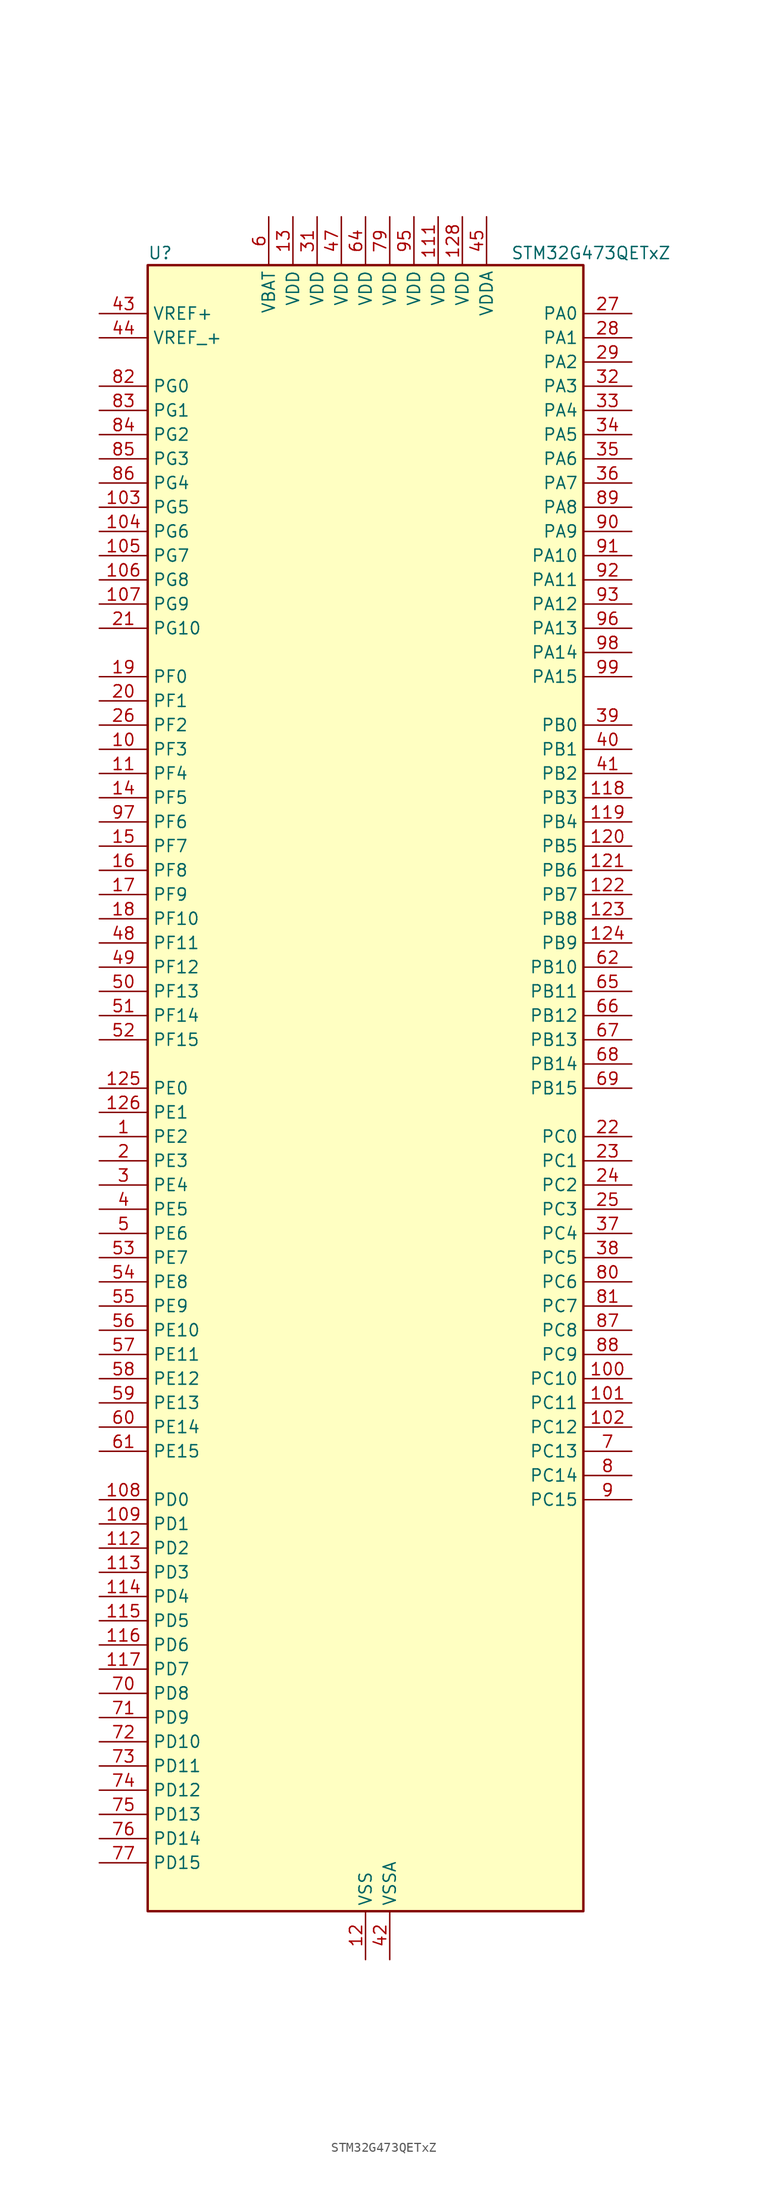
<source format=kicad_sym>
(kicad_symbol_lib
  (version 20241209)
  (generator "kicad_symbol_editor")
  (generator_version "9.0")
  (symbol "STM32G473QETxZ"
    (property "Reference" "U"
      (at -22.86 87.63 0)
      (effects (font (size 1.27 1.27)) (justify left)))
    (property "Value" "STM32G473QETxZ"
      (at 15.24 87.63 0)
      (effects (font (size 1.27 1.27)) (justify left)))
    (symbol "STM32G473QETxZ_0_1"
      (rectangle (start -22.86 -86.36) (end 22.86 86.36) (stroke (width 0.254) (type default)) (fill (type background))))
    (symbol "STM32G473QETxZ_1_1"
      (pin input line (at -27.94 81.28 0) (length 5.08) (name "VREF+" (effects (font (size 1.27 1.27)))) (number "43" (effects (font (size 1.27 1.27)))) (alternate "VREFBUF_OUT1" bidirectional line))
      (pin input line (at -27.94 78.74 0) (length 5.08) (name "VREF_+" (effects (font (size 1.27 1.27)))) (number "44" (effects (font (size 1.27 1.27)))) (alternate "VREFBUF_OUT2" bidirectional line))
      (pin bidirectional line (at -27.94 73.66 0) (length 5.08) (name "PG0" (effects (font (size 1.27 1.27)))) (number "82" (effects (font (size 1.27 1.27)))) (alternate "FMC_A10" bidirectional line) (alternate "TIM20_CH1N" bidirectional line))
      (pin bidirectional line (at -27.94 71.12 0) (length 5.08) (name "PG1" (effects (font (size 1.27 1.27)))) (number "83" (effects (font (size 1.27 1.27)))) (alternate "FMC_A11" bidirectional line) (alternate "TIM20_CH2N" bidirectional line))
      (pin bidirectional line (at -27.94 68.58 0) (length 5.08) (name "PG2" (effects (font (size 1.27 1.27)))) (number "84" (effects (font (size 1.27 1.27)))) (alternate "ADC3_EXTI2" bidirectional line) (alternate "ADC4_EXTI2" bidirectional line) (alternate "ADC5_EXTI2" bidirectional line) (alternate "FMC_A12" bidirectional line) (alternate "SPI1_SCK" bidirectional line) (alternate "TIM20_CH3N" bidirectional line))
      (pin bidirectional line (at -27.94 66.04 0) (length 5.08) (name "PG3" (effects (font (size 1.27 1.27)))) (number "85" (effects (font (size 1.27 1.27)))) (alternate "ADC3_EXTI3" bidirectional line) (alternate "ADC4_EXTI3" bidirectional line) (alternate "ADC5_EXTI3" bidirectional line) (alternate "FMC_A13" bidirectional line) (alternate "I2C4_SCL" bidirectional line) (alternate "SPI1_MISO" bidirectional line) (alternate "TIM20_BKIN" bidirectional line) (alternate "TIM20_CH4N" bidirectional line))
      (pin bidirectional line (at -27.94 63.5 0) (length 5.08) (name "PG4" (effects (font (size 1.27 1.27)))) (number "86" (effects (font (size 1.27 1.27)))) (alternate "FMC_A14" bidirectional line) (alternate "I2C4_SDA" bidirectional line) (alternate "SPI1_MOSI" bidirectional line) (alternate "TIM20_BKIN2" bidirectional line))
      (pin bidirectional line (at -27.94 60.96 0) (length 5.08) (name "PG5" (effects (font (size 1.27 1.27)))) (number "103" (effects (font (size 1.27 1.27)))) (alternate "FMC_A15" bidirectional line) (alternate "LPUART1_CTS" bidirectional line) (alternate "SPI1_NSS" bidirectional line) (alternate "TIM20_ETR" bidirectional line))
      (pin bidirectional line (at -27.94 58.42 0) (length 5.08) (name "PG6" (effects (font (size 1.27 1.27)))) (number "104" (effects (font (size 1.27 1.27)))) (alternate "FMC_INT" bidirectional line) (alternate "I2C3_SMBA" bidirectional line) (alternate "LPUART1_DE" bidirectional line) (alternate "LPUART1_RTS" bidirectional line) (alternate "TIM20_BKIN" bidirectional line))
      (pin bidirectional line (at -27.94 55.88 0) (length 5.08) (name "PG7" (effects (font (size 1.27 1.27)))) (number "105" (effects (font (size 1.27 1.27)))) (alternate "FMC_INT" bidirectional line) (alternate "I2C3_SCL" bidirectional line) (alternate "LPUART1_TX" bidirectional line) (alternate "SAI1_CK1" bidirectional line) (alternate "SAI1_MCLK_A" bidirectional line))
      (pin bidirectional line (at -27.94 53.34 0) (length 5.08) (name "PG8" (effects (font (size 1.27 1.27)))) (number "106" (effects (font (size 1.27 1.27)))) (alternate "FMC_NE3" bidirectional line) (alternate "I2C3_SDA" bidirectional line) (alternate "LPUART1_RX" bidirectional line))
      (pin bidirectional line (at -27.94 50.8 0) (length 5.08) (name "PG9" (effects (font (size 1.27 1.27)))) (number "107" (effects (font (size 1.27 1.27)))) (alternate "DAC1_EXTI9" bidirectional line) (alternate "DAC2_EXTI9" bidirectional line) (alternate "DAC3_EXTI9" bidirectional line) (alternate "DAC4_EXTI9" bidirectional line) (alternate "FMC_NCE" bidirectional line) (alternate "FMC_NE2" bidirectional line) (alternate "SPI3_SCK" bidirectional line) (alternate "TIM15_CH1N" bidirectional line) (alternate "USART1_TX" bidirectional line))
      (pin bidirectional line (at -27.94 48.26 0) (length 5.08) (name "PG10" (effects (font (size 1.27 1.27)))) (number "21" (effects (font (size 1.27 1.27)))) (alternate "DAC1_EXTI10" bidirectional line) (alternate "DAC2_EXTI10" bidirectional line) (alternate "DAC3_EXTI10" bidirectional line) (alternate "DAC4_EXTI10" bidirectional line) (alternate "RCC_MCO" bidirectional line))
      (pin bidirectional line (at -27.94 43.18 0) (length 5.08) (name "PF0" (effects (font (size 1.27 1.27)))) (number "19" (effects (font (size 1.27 1.27)))) (alternate "ADC1_IN10" bidirectional line) (alternate "I2C2_SDA" bidirectional line) (alternate "I2S2_WS" bidirectional line) (alternate "RCC_OSC_IN" bidirectional line) (alternate "SPI2_NSS" bidirectional line) (alternate "TIM1_CH3N" bidirectional line))
      (pin bidirectional line (at -27.94 40.64 0) (length 5.08) (name "PF1" (effects (font (size 1.27 1.27)))) (number "20" (effects (font (size 1.27 1.27)))) (alternate "ADC2_IN10" bidirectional line) (alternate "COMP3_INM" bidirectional line) (alternate "I2S2_CK" bidirectional line) (alternate "RCC_OSC_OUT" bidirectional line) (alternate "SPI2_SCK" bidirectional line))
      (pin bidirectional line (at -27.94 38.1 0) (length 5.08) (name "PF2" (effects (font (size 1.27 1.27)))) (number "26" (effects (font (size 1.27 1.27)))) (alternate "ADC3_EXTI2" bidirectional line) (alternate "ADC4_EXTI2" bidirectional line) (alternate "ADC5_EXTI2" bidirectional line) (alternate "FMC_A2" bidirectional line) (alternate "I2C2_SMBA" bidirectional line) (alternate "TIM20_CH3" bidirectional line))
      (pin bidirectional line (at -27.94 35.56 0) (length 5.08) (name "PF3" (effects (font (size 1.27 1.27)))) (number "10" (effects (font (size 1.27 1.27)))) (alternate "ADC3_EXTI3" bidirectional line) (alternate "ADC4_EXTI3" bidirectional line) (alternate "ADC5_EXTI3" bidirectional line) (alternate "FMC_A3" bidirectional line) (alternate "I2C3_SCL" bidirectional line) (alternate "TIM20_CH4" bidirectional line))
      (pin bidirectional line (at -27.94 33.02 0) (length 5.08) (name "PF4" (effects (font (size 1.27 1.27)))) (number "11" (effects (font (size 1.27 1.27)))) (alternate "COMP1_OUT" bidirectional line) (alternate "FMC_A4" bidirectional line) (alternate "I2C3_SDA" bidirectional line) (alternate "TIM20_CH1N" bidirectional line))
      (pin bidirectional line (at -27.94 30.48 0) (length 5.08) (name "PF5" (effects (font (size 1.27 1.27)))) (number "14" (effects (font (size 1.27 1.27)))) (alternate "FMC_A5" bidirectional line) (alternate "TIM20_CH2N" bidirectional line))
      (pin bidirectional line (at -27.94 27.94 0) (length 5.08) (name "PF6" (effects (font (size 1.27 1.27)))) (number "97" (effects (font (size 1.27 1.27)))) (alternate "I2C2_SCL" bidirectional line) (alternate "QUADSPI1_BK1_IO3" bidirectional line) (alternate "SAI1_SD_B" bidirectional line) (alternate "TIM4_CH4" bidirectional line) (alternate "TIM5_CH1" bidirectional line) (alternate "TIM5_ETR" bidirectional line) (alternate "USART3_RTS" bidirectional line))
      (pin bidirectional line (at -27.94 25.4 0) (length 5.08) (name "PF7" (effects (font (size 1.27 1.27)))) (number "15" (effects (font (size 1.27 1.27)))) (alternate "FMC_A1" bidirectional line) (alternate "QUADSPI1_BK1_IO2" bidirectional line) (alternate "SAI1_MCLK_B" bidirectional line) (alternate "TIM20_BKIN" bidirectional line) (alternate "TIM5_CH2" bidirectional line))
      (pin bidirectional line (at -27.94 22.86 0) (length 5.08) (name "PF8" (effects (font (size 1.27 1.27)))) (number "16" (effects (font (size 1.27 1.27)))) (alternate "FMC_A24" bidirectional line) (alternate "QUADSPI1_BK1_IO0" bidirectional line) (alternate "SAI1_SCK_B" bidirectional line) (alternate "TIM20_BKIN2" bidirectional line) (alternate "TIM5_CH3" bidirectional line))
      (pin bidirectional line (at -27.94 20.32 0) (length 5.08) (name "PF9" (effects (font (size 1.27 1.27)))) (number "17" (effects (font (size 1.27 1.27)))) (alternate "DAC1_EXTI9" bidirectional line) (alternate "DAC2_EXTI9" bidirectional line) (alternate "DAC3_EXTI9" bidirectional line) (alternate "DAC4_EXTI9" bidirectional line) (alternate "FMC_A25" bidirectional line) (alternate "QUADSPI1_BK1_IO1" bidirectional line) (alternate "SAI1_FS_B" bidirectional line) (alternate "SPI2_SCK" bidirectional line) (alternate "TIM15_CH1" bidirectional line) (alternate "TIM20_BKIN" bidirectional line) (alternate "TIM5_CH4" bidirectional line))
      (pin bidirectional line (at -27.94 17.78 0) (length 5.08) (name "PF10" (effects (font (size 1.27 1.27)))) (number "18" (effects (font (size 1.27 1.27)))) (alternate "DAC1_EXTI10" bidirectional line) (alternate "DAC2_EXTI10" bidirectional line) (alternate "DAC3_EXTI10" bidirectional line) (alternate "DAC4_EXTI10" bidirectional line) (alternate "FMC_A0" bidirectional line) (alternate "QUADSPI1_CLK" bidirectional line) (alternate "SAI1_D3" bidirectional line) (alternate "SPI2_SCK" bidirectional line) (alternate "TIM15_CH2" bidirectional line) (alternate "TIM20_BKIN2" bidirectional line))
      (pin bidirectional line (at -27.94 15.24 0) (length 5.08) (name "PF11" (effects (font (size 1.27 1.27)))) (number "48" (effects (font (size 1.27 1.27)))) (alternate "ADC1_EXTI11" bidirectional line) (alternate "ADC2_EXTI11" bidirectional line) (alternate "FMC_NE4" bidirectional line) (alternate "TIM20_ETR" bidirectional line))
      (pin bidirectional line (at -27.94 12.7 0) (length 5.08) (name "PF12" (effects (font (size 1.27 1.27)))) (number "49" (effects (font (size 1.27 1.27)))) (alternate "FMC_A6" bidirectional line) (alternate "TIM20_CH1" bidirectional line))
      (pin bidirectional line (at -27.94 10.16 0) (length 5.08) (name "PF13" (effects (font (size 1.27 1.27)))) (number "50" (effects (font (size 1.27 1.27)))) (alternate "FMC_A7" bidirectional line) (alternate "I2C4_SMBA" bidirectional line) (alternate "TIM20_CH2" bidirectional line))
      (pin bidirectional line (at -27.94 7.62 0) (length 5.08) (name "PF14" (effects (font (size 1.27 1.27)))) (number "51" (effects (font (size 1.27 1.27)))) (alternate "FMC_A8" bidirectional line) (alternate "I2C4_SCL" bidirectional line) (alternate "TIM20_CH3" bidirectional line))
      (pin bidirectional line (at -27.94 5.08 0) (length 5.08) (name "PF15" (effects (font (size 1.27 1.27)))) (number "52" (effects (font (size 1.27 1.27)))) (alternate "ADC1_EXTI15" bidirectional line) (alternate "ADC2_EXTI15" bidirectional line) (alternate "FMC_A9" bidirectional line) (alternate "I2C4_SDA" bidirectional line) (alternate "TIM20_CH4" bidirectional line))
      (pin bidirectional line (at -27.94 0 0) (length 5.08) (name "PE0" (effects (font (size 1.27 1.27)))) (number "125" (effects (font (size 1.27 1.27)))) (alternate "FMC_NBL0" bidirectional line) (alternate "TIM16_CH1" bidirectional line) (alternate "TIM20_CH4N" bidirectional line) (alternate "TIM20_ETR" bidirectional line) (alternate "TIM4_ETR" bidirectional line) (alternate "USART1_TX" bidirectional line))
      (pin bidirectional line (at -27.94 -2.54 0) (length 5.08) (name "PE1" (effects (font (size 1.27 1.27)))) (number "126" (effects (font (size 1.27 1.27)))) (alternate "FMC_NBL1" bidirectional line) (alternate "TIM17_CH1" bidirectional line) (alternate "TIM20_CH4" bidirectional line) (alternate "USART1_RX" bidirectional line))
      (pin bidirectional line (at -27.94 -5.08 0) (length 5.08) (name "PE2" (effects (font (size 1.27 1.27)))) (number "1" (effects (font (size 1.27 1.27)))) (alternate "ADC3_EXTI2" bidirectional line) (alternate "ADC4_EXTI2" bidirectional line) (alternate "ADC5_EXTI2" bidirectional line) (alternate "FMC_A23" bidirectional line) (alternate "SAI1_CK1" bidirectional line) (alternate "SAI1_MCLK_A" bidirectional line) (alternate "SPI4_SCK" bidirectional line) (alternate "SYS_TRACECLK" bidirectional line) (alternate "TIM20_CH1" bidirectional line) (alternate "TIM3_CH1" bidirectional line))
      (pin bidirectional line (at -27.94 -7.62 0) (length 5.08) (name "PE3" (effects (font (size 1.27 1.27)))) (number "2" (effects (font (size 1.27 1.27)))) (alternate "ADC3_EXTI3" bidirectional line) (alternate "ADC4_EXTI3" bidirectional line) (alternate "ADC5_EXTI3" bidirectional line) (alternate "FMC_A19" bidirectional line) (alternate "SAI1_SD_B" bidirectional line) (alternate "SPI4_NSS" bidirectional line) (alternate "SYS_TRACED0" bidirectional line) (alternate "TIM20_CH2" bidirectional line) (alternate "TIM3_CH2" bidirectional line))
      (pin bidirectional line (at -27.94 -10.16 0) (length 5.08) (name "PE4" (effects (font (size 1.27 1.27)))) (number "3" (effects (font (size 1.27 1.27)))) (alternate "FMC_A20" bidirectional line) (alternate "SAI1_D2" bidirectional line) (alternate "SAI1_FS_A" bidirectional line) (alternate "SPI4_NSS" bidirectional line) (alternate "SYS_TRACED1" bidirectional line) (alternate "TIM20_CH1N" bidirectional line) (alternate "TIM3_CH3" bidirectional line))
      (pin bidirectional line (at -27.94 -12.7 0) (length 5.08) (name "PE5" (effects (font (size 1.27 1.27)))) (number "4" (effects (font (size 1.27 1.27)))) (alternate "FMC_A21" bidirectional line) (alternate "SAI1_CK2" bidirectional line) (alternate "SAI1_SCK_A" bidirectional line) (alternate "SPI4_MISO" bidirectional line) (alternate "SYS_TRACED2" bidirectional line) (alternate "TIM20_CH2N" bidirectional line) (alternate "TIM3_CH4" bidirectional line))
      (pin bidirectional line (at -27.94 -15.24 0) (length 5.08) (name "PE6" (effects (font (size 1.27 1.27)))) (number "5" (effects (font (size 1.27 1.27)))) (alternate "FMC_A22" bidirectional line) (alternate "RTC_TAMP3" bidirectional line) (alternate "SAI1_D1" bidirectional line) (alternate "SAI1_SD_A" bidirectional line) (alternate "SPI4_MOSI" bidirectional line) (alternate "SYS_TRACED3" bidirectional line) (alternate "SYS_WKUP3" bidirectional line) (alternate "TIM20_CH3N" bidirectional line))
      (pin bidirectional line (at -27.94 -17.78 0) (length 5.08) (name "PE7" (effects (font (size 1.27 1.27)))) (number "53" (effects (font (size 1.27 1.27)))) (alternate "ADC3_IN4" bidirectional line) (alternate "COMP4_INP" bidirectional line) (alternate "FMC_D4" bidirectional line) (alternate "FMC_DA4" bidirectional line) (alternate "SAI1_SD_B" bidirectional line) (alternate "TIM1_ETR" bidirectional line))
      (pin bidirectional line (at -27.94 -20.32 0) (length 5.08) (name "PE8" (effects (font (size 1.27 1.27)))) (number "54" (effects (font (size 1.27 1.27)))) (alternate "ADC3_IN6" bidirectional line) (alternate "ADC4_IN6" bidirectional line) (alternate "ADC5_IN6" bidirectional line) (alternate "COMP4_INM" bidirectional line) (alternate "FMC_D5" bidirectional line) (alternate "FMC_DA5" bidirectional line) (alternate "SAI1_SCK_B" bidirectional line) (alternate "TIM1_CH1N" bidirectional line) (alternate "TIM5_CH3" bidirectional line))
      (pin bidirectional line (at -27.94 -22.86 0) (length 5.08) (name "PE9" (effects (font (size 1.27 1.27)))) (number "55" (effects (font (size 1.27 1.27)))) (alternate "ADC3_IN2" bidirectional line) (alternate "DAC1_EXTI9" bidirectional line) (alternate "DAC2_EXTI9" bidirectional line) (alternate "DAC3_EXTI9" bidirectional line) (alternate "DAC4_EXTI9" bidirectional line) (alternate "FMC_D6" bidirectional line) (alternate "FMC_DA6" bidirectional line) (alternate "SAI1_FS_B" bidirectional line) (alternate "TIM1_CH1" bidirectional line) (alternate "TIM5_CH4" bidirectional line))
      (pin bidirectional line (at -27.94 -25.4 0) (length 5.08) (name "PE10" (effects (font (size 1.27 1.27)))) (number "56" (effects (font (size 1.27 1.27)))) (alternate "ADC3_IN14" bidirectional line) (alternate "ADC4_IN14" bidirectional line) (alternate "ADC5_IN14" bidirectional line) (alternate "DAC1_EXTI10" bidirectional line) (alternate "DAC2_EXTI10" bidirectional line) (alternate "DAC3_EXTI10" bidirectional line) (alternate "DAC4_EXTI10" bidirectional line) (alternate "FMC_D7" bidirectional line) (alternate "FMC_DA7" bidirectional line) (alternate "QUADSPI1_CLK" bidirectional line) (alternate "SAI1_MCLK_B" bidirectional line) (alternate "TIM1_CH2N" bidirectional line))
      (pin bidirectional line (at -27.94 -27.94 0) (length 5.08) (name "PE11" (effects (font (size 1.27 1.27)))) (number "57" (effects (font (size 1.27 1.27)))) (alternate "ADC1_EXTI11" bidirectional line) (alternate "ADC2_EXTI11" bidirectional line) (alternate "ADC3_IN15" bidirectional line) (alternate "ADC4_IN15" bidirectional line) (alternate "ADC5_IN15" bidirectional line) (alternate "FMC_D8" bidirectional line) (alternate "FMC_DA8" bidirectional line) (alternate "QUADSPI1_BK1_NCS" bidirectional line) (alternate "SPI4_NSS" bidirectional line) (alternate "TIM1_CH2" bidirectional line))
      (pin bidirectional line (at -27.94 -30.48 0) (length 5.08) (name "PE12" (effects (font (size 1.27 1.27)))) (number "58" (effects (font (size 1.27 1.27)))) (alternate "ADC3_IN16" bidirectional line) (alternate "ADC4_IN16" bidirectional line) (alternate "ADC5_IN16" bidirectional line) (alternate "FMC_D9" bidirectional line) (alternate "FMC_DA9" bidirectional line) (alternate "QUADSPI1_BK1_IO0" bidirectional line) (alternate "SPI4_SCK" bidirectional line) (alternate "TIM1_CH3N" bidirectional line))
      (pin bidirectional line (at -27.94 -33.02 0) (length 5.08) (name "PE13" (effects (font (size 1.27 1.27)))) (number "59" (effects (font (size 1.27 1.27)))) (alternate "ADC3_IN3" bidirectional line) (alternate "FMC_D10" bidirectional line) (alternate "FMC_DA10" bidirectional line) (alternate "QUADSPI1_BK1_IO1" bidirectional line) (alternate "SPI4_MISO" bidirectional line) (alternate "TIM1_CH3" bidirectional line))
      (pin bidirectional line (at -27.94 -35.56 0) (length 5.08) (name "PE14" (effects (font (size 1.27 1.27)))) (number "60" (effects (font (size 1.27 1.27)))) (alternate "ADC4_IN1" bidirectional line) (alternate "FMC_D11" bidirectional line) (alternate "FMC_DA11" bidirectional line) (alternate "QUADSPI1_BK1_IO2" bidirectional line) (alternate "SPI4_MOSI" bidirectional line) (alternate "TIM1_BKIN2" bidirectional line) (alternate "TIM1_CH4" bidirectional line))
      (pin bidirectional line (at -27.94 -38.1 0) (length 5.08) (name "PE15" (effects (font (size 1.27 1.27)))) (number "61" (effects (font (size 1.27 1.27)))) (alternate "ADC1_EXTI15" bidirectional line) (alternate "ADC2_EXTI15" bidirectional line) (alternate "ADC4_IN2" bidirectional line) (alternate "FMC_D12" bidirectional line) (alternate "FMC_DA12" bidirectional line) (alternate "QUADSPI1_BK1_IO3" bidirectional line) (alternate "TIM1_BKIN" bidirectional line) (alternate "TIM1_CH4N" bidirectional line) (alternate "USART3_RX" bidirectional line))
      (pin bidirectional line (at -27.94 -43.18 0) (length 5.08) (name "PD0" (effects (font (size 1.27 1.27)))) (number "108" (effects (font (size 1.27 1.27)))) (alternate "FDCAN1_RX" bidirectional line) (alternate "FMC_D2" bidirectional line) (alternate "FMC_DA2" bidirectional line) (alternate "TIM8_CH4N" bidirectional line))
      (pin bidirectional line (at -27.94 -45.72 0) (length 5.08) (name "PD1" (effects (font (size 1.27 1.27)))) (number "109" (effects (font (size 1.27 1.27)))) (alternate "FDCAN1_TX" bidirectional line) (alternate "FMC_D3" bidirectional line) (alternate "FMC_DA3" bidirectional line) (alternate "TIM8_BKIN2" bidirectional line) (alternate "TIM8_CH4" bidirectional line))
      (pin bidirectional line (at -27.94 -48.26 0) (length 5.08) (name "PD2" (effects (font (size 1.27 1.27)))) (number "112" (effects (font (size 1.27 1.27)))) (alternate "ADC3_EXTI2" bidirectional line) (alternate "ADC4_EXTI2" bidirectional line) (alternate "ADC5_EXTI2" bidirectional line) (alternate "TIM3_ETR" bidirectional line) (alternate "TIM8_BKIN" bidirectional line) (alternate "UART5_RX" bidirectional line))
      (pin bidirectional line (at -27.94 -50.8 0) (length 5.08) (name "PD3" (effects (font (size 1.27 1.27)))) (number "113" (effects (font (size 1.27 1.27)))) (alternate "ADC3_EXTI3" bidirectional line) (alternate "ADC4_EXTI3" bidirectional line) (alternate "ADC5_EXTI3" bidirectional line) (alternate "FMC_CLK" bidirectional line) (alternate "QUADSPI1_BK2_NCS" bidirectional line) (alternate "TIM2_CH1" bidirectional line) (alternate "TIM2_ETR" bidirectional line) (alternate "USART2_CTS" bidirectional line) (alternate "USART2_NSS" bidirectional line))
      (pin bidirectional line (at -27.94 -53.34 0) (length 5.08) (name "PD4" (effects (font (size 1.27 1.27)))) (number "114" (effects (font (size 1.27 1.27)))) (alternate "FMC_NOE" bidirectional line) (alternate "QUADSPI1_BK2_IO0" bidirectional line) (alternate "TIM2_CH2" bidirectional line) (alternate "USART2_DE" bidirectional line) (alternate "USART2_RTS" bidirectional line))
      (pin bidirectional line (at -27.94 -55.88 0) (length 5.08) (name "PD5" (effects (font (size 1.27 1.27)))) (number "115" (effects (font (size 1.27 1.27)))) (alternate "FMC_NWE" bidirectional line) (alternate "QUADSPI1_BK2_IO1" bidirectional line) (alternate "USART2_TX" bidirectional line))
      (pin bidirectional line (at -27.94 -58.42 0) (length 5.08) (name "PD6" (effects (font (size 1.27 1.27)))) (number "116" (effects (font (size 1.27 1.27)))) (alternate "FMC_NWAIT" bidirectional line) (alternate "QUADSPI1_BK2_IO2" bidirectional line) (alternate "SAI1_D1" bidirectional line) (alternate "SAI1_SD_A" bidirectional line) (alternate "TIM2_CH4" bidirectional line) (alternate "USART2_RX" bidirectional line))
      (pin bidirectional line (at -27.94 -60.96 0) (length 5.08) (name "PD7" (effects (font (size 1.27 1.27)))) (number "117" (effects (font (size 1.27 1.27)))) (alternate "FMC_NCE" bidirectional line) (alternate "FMC_NE1" bidirectional line) (alternate "QUADSPI1_BK2_IO3" bidirectional line) (alternate "TIM2_CH3" bidirectional line) (alternate "USART2_CK" bidirectional line))
      (pin bidirectional line (at -27.94 -63.5 0) (length 5.08) (name "PD8" (effects (font (size 1.27 1.27)))) (number "70" (effects (font (size 1.27 1.27)))) (alternate "ADC4_IN12" bidirectional line) (alternate "ADC5_IN12" bidirectional line) (alternate "FMC_D13" bidirectional line) (alternate "FMC_DA13" bidirectional line) (alternate "OPAMP4_VINM" bidirectional line) (alternate "OPAMP4_VINM1" bidirectional line) (alternate "OPAMP4_VINM_SEC" bidirectional line) (alternate "USART3_TX" bidirectional line))
      (pin bidirectional line (at -27.94 -66.04 0) (length 5.08) (name "PD9" (effects (font (size 1.27 1.27)))) (number "71" (effects (font (size 1.27 1.27)))) (alternate "ADC4_IN13" bidirectional line) (alternate "ADC5_IN13" bidirectional line) (alternate "DAC1_EXTI9" bidirectional line) (alternate "DAC2_EXTI9" bidirectional line) (alternate "DAC3_EXTI9" bidirectional line) (alternate "DAC4_EXTI9" bidirectional line) (alternate "FMC_D14" bidirectional line) (alternate "FMC_DA14" bidirectional line) (alternate "OPAMP6_VINP" bidirectional line) (alternate "OPAMP6_VINP_SEC" bidirectional line) (alternate "USART3_RX" bidirectional line))
      (pin bidirectional line (at -27.94 -68.58 0) (length 5.08) (name "PD10" (effects (font (size 1.27 1.27)))) (number "72" (effects (font (size 1.27 1.27)))) (alternate "ADC3_IN7" bidirectional line) (alternate "ADC4_IN7" bidirectional line) (alternate "ADC5_IN7" bidirectional line) (alternate "COMP6_INM" bidirectional line) (alternate "DAC1_EXTI10" bidirectional line) (alternate "DAC2_EXTI10" bidirectional line) (alternate "DAC3_EXTI10" bidirectional line) (alternate "DAC4_EXTI10" bidirectional line) (alternate "FMC_D15" bidirectional line) (alternate "FMC_DA15" bidirectional line) (alternate "USART3_CK" bidirectional line))
      (pin bidirectional line (at -27.94 -71.12 0) (length 5.08) (name "PD11" (effects (font (size 1.27 1.27)))) (number "73" (effects (font (size 1.27 1.27)))) (alternate "ADC1_EXTI11" bidirectional line) (alternate "ADC2_EXTI11" bidirectional line) (alternate "ADC3_IN8" bidirectional line) (alternate "ADC4_IN8" bidirectional line) (alternate "ADC5_IN8" bidirectional line) (alternate "COMP6_INP" bidirectional line) (alternate "FMC_A16" bidirectional line) (alternate "FMC_CLE" bidirectional line) (alternate "I2C4_SMBA" bidirectional line) (alternate "OPAMP4_VINP" bidirectional line) (alternate "OPAMP4_VINP_SEC" bidirectional line) (alternate "TIM5_ETR" bidirectional line) (alternate "USART3_CTS" bidirectional line) (alternate "USART3_NSS" bidirectional line))
      (pin bidirectional line (at -27.94 -73.66 0) (length 5.08) (name "PD12" (effects (font (size 1.27 1.27)))) (number "74" (effects (font (size 1.27 1.27)))) (alternate "ADC3_IN9" bidirectional line) (alternate "ADC4_IN9" bidirectional line) (alternate "ADC5_IN9" bidirectional line) (alternate "COMP5_INP" bidirectional line) (alternate "FMC_A17" bidirectional line) (alternate "FMC_ALE" bidirectional line) (alternate "OPAMP5_VINP" bidirectional line) (alternate "OPAMP5_VINP_SEC" bidirectional line) (alternate "TIM4_CH1" bidirectional line) (alternate "USART3_DE" bidirectional line) (alternate "USART3_RTS" bidirectional line))
      (pin bidirectional line (at -27.94 -76.2 0) (length 5.08) (name "PD13" (effects (font (size 1.27 1.27)))) (number "75" (effects (font (size 1.27 1.27)))) (alternate "ADC3_IN10" bidirectional line) (alternate "ADC4_IN10" bidirectional line) (alternate "ADC5_IN10" bidirectional line) (alternate "COMP5_INM" bidirectional line) (alternate "FMC_A18" bidirectional line) (alternate "TIM4_CH2" bidirectional line))
      (pin bidirectional line (at -27.94 -78.74 0) (length 5.08) (name "PD14" (effects (font (size 1.27 1.27)))) (number "76" (effects (font (size 1.27 1.27)))) (alternate "ADC3_IN11" bidirectional line) (alternate "ADC4_IN11" bidirectional line) (alternate "ADC5_IN11" bidirectional line) (alternate "COMP7_INP" bidirectional line) (alternate "FMC_D0" bidirectional line) (alternate "FMC_DA0" bidirectional line) (alternate "OPAMP2_VINP" bidirectional line) (alternate "OPAMP2_VINP_SEC" bidirectional line) (alternate "TIM4_CH3" bidirectional line))
      (pin bidirectional line (at -27.94 -81.28 0) (length 5.08) (name "PD15" (effects (font (size 1.27 1.27)))) (number "77" (effects (font (size 1.27 1.27)))) (alternate "ADC1_EXTI15" bidirectional line) (alternate "ADC2_EXTI15" bidirectional line) (alternate "COMP7_INM" bidirectional line) (alternate "FMC_D1" bidirectional line) (alternate "FMC_DA1" bidirectional line) (alternate "SPI2_NSS" bidirectional line) (alternate "TIM4_CH4" bidirectional line))
      (pin power_in line (at -10.16 91.44 270) (length 5.08) (name "VBAT" (effects (font (size 1.27 1.27)))) (number "6" (effects (font (size 1.27 1.27)))))
      (pin power_in line (at -7.62 91.44 270) (length 5.08) (name "VDD" (effects (font (size 1.27 1.27)))) (number "13" (effects (font (size 1.27 1.27)))))
      (pin power_in line (at -5.08 91.44 270) (length 5.08) (name "VDD" (effects (font (size 1.27 1.27)))) (number "31" (effects (font (size 1.27 1.27)))))
      (pin power_in line (at -2.54 91.44 270) (length 5.08) (name "VDD" (effects (font (size 1.27 1.27)))) (number "47" (effects (font (size 1.27 1.27)))))
      (pin power_in line (at 0 91.44 270) (length 5.08) (name "VDD" (effects (font (size 1.27 1.27)))) (number "64" (effects (font (size 1.27 1.27)))))
      (pin passive line (at 0 -91.44 90) (length 5.08) (hide yes) (name "VSS" (effects (font (size 1.27 1.27)))) (number "110" (effects (font (size 1.27 1.27)))))
      (pin power_in line (at 0 -91.44 90) (length 5.08) (name "VSS" (effects (font (size 1.27 1.27)))) (number "12" (effects (font (size 1.27 1.27)))))
      (pin passive line (at 0 -91.44 90) (length 5.08) (hide yes) (name "VSS" (effects (font (size 1.27 1.27)))) (number "127" (effects (font (size 1.27 1.27)))))
      (pin passive line (at 0 -91.44 90) (length 5.08) (hide yes) (name "VSS" (effects (font (size 1.27 1.27)))) (number "30" (effects (font (size 1.27 1.27)))))
      (pin passive line (at 0 -91.44 90) (length 5.08) (hide yes) (name "VSS" (effects (font (size 1.27 1.27)))) (number "46" (effects (font (size 1.27 1.27)))))
      (pin passive line (at 0 -91.44 90) (length 5.08) (hide yes) (name "VSS" (effects (font (size 1.27 1.27)))) (number "63" (effects (font (size 1.27 1.27)))))
      (pin passive line (at 0 -91.44 90) (length 5.08) (hide yes) (name "VSS" (effects (font (size 1.27 1.27)))) (number "78" (effects (font (size 1.27 1.27)))))
      (pin passive line (at 0 -91.44 90) (length 5.08) (hide yes) (name "VSS" (effects (font (size 1.27 1.27)))) (number "94" (effects (font (size 1.27 1.27)))))
      (pin power_in line (at 2.54 91.44 270) (length 5.08) (name "VDD" (effects (font (size 1.27 1.27)))) (number "79" (effects (font (size 1.27 1.27)))))
      (pin power_in line (at 2.54 -91.44 90) (length 5.08) (name "VSSA" (effects (font (size 1.27 1.27)))) (number "42" (effects (font (size 1.27 1.27)))))
      (pin power_in line (at 5.08 91.44 270) (length 5.08) (name "VDD" (effects (font (size 1.27 1.27)))) (number "95" (effects (font (size 1.27 1.27)))))
      (pin power_in line (at 7.62 91.44 270) (length 5.08) (name "VDD" (effects (font (size 1.27 1.27)))) (number "111" (effects (font (size 1.27 1.27)))))
      (pin power_in line (at 10.16 91.44 270) (length 5.08) (name "VDD" (effects (font (size 1.27 1.27)))) (number "128" (effects (font (size 1.27 1.27)))))
      (pin power_in line (at 12.7 91.44 270) (length 5.08) (name "VDDA" (effects (font (size 1.27 1.27)))) (number "45" (effects (font (size 1.27 1.27)))))
      (pin bidirectional line (at 27.94 81.28 180) (length 5.08) (name "PA0" (effects (font (size 1.27 1.27)))) (number "27" (effects (font (size 1.27 1.27)))) (alternate "ADC1_IN1" bidirectional line) (alternate "ADC2_IN1" bidirectional line) (alternate "COMP1_INM" bidirectional line) (alternate "COMP1_OUT" bidirectional line) (alternate "COMP3_INP" bidirectional line) (alternate "RTC_TAMP2" bidirectional line) (alternate "SYS_WKUP1" bidirectional line) (alternate "TIM2_CH1" bidirectional line) (alternate "TIM2_ETR" bidirectional line) (alternate "TIM5_CH1" bidirectional line) (alternate "TIM8_BKIN" bidirectional line) (alternate "TIM8_ETR" bidirectional line) (alternate "USART2_CTS" bidirectional line) (alternate "USART2_NSS" bidirectional line))
      (pin bidirectional line (at 27.94 78.74 180) (length 5.08) (name "PA1" (effects (font (size 1.27 1.27)))) (number "28" (effects (font (size 1.27 1.27)))) (alternate "ADC1_IN2" bidirectional line) (alternate "ADC2_IN2" bidirectional line) (alternate "COMP1_INP" bidirectional line) (alternate "OPAMP1_VINP" bidirectional line) (alternate "OPAMP1_VINP_SEC" bidirectional line) (alternate "OPAMP3_VINP" bidirectional line) (alternate "OPAMP3_VINP_SEC" bidirectional line) (alternate "OPAMP6_VINM" bidirectional line) (alternate "OPAMP6_VINM0" bidirectional line) (alternate "OPAMP6_VINM_SEC" bidirectional line) (alternate "RTC_REFIN" bidirectional line) (alternate "TIM15_CH1N" bidirectional line) (alternate "TIM2_CH2" bidirectional line) (alternate "TIM5_CH2" bidirectional line) (alternate "USART2_DE" bidirectional line) (alternate "USART2_RTS" bidirectional line))
      (pin bidirectional line (at 27.94 76.2 180) (length 5.08) (name "PA2" (effects (font (size 1.27 1.27)))) (number "29" (effects (font (size 1.27 1.27)))) (alternate "ADC1_IN3" bidirectional line) (alternate "ADC3_EXTI2" bidirectional line) (alternate "ADC4_EXTI2" bidirectional line) (alternate "ADC5_EXTI2" bidirectional line) (alternate "COMP2_INM" bidirectional line) (alternate "COMP2_OUT" bidirectional line) (alternate "LPUART1_TX" bidirectional line) (alternate "OPAMP1_VOUT" bidirectional line) (alternate "QUADSPI1_BK1_NCS" bidirectional line) (alternate "RCC_LSCO" bidirectional line) (alternate "SYS_WKUP4" bidirectional line) (alternate "TIM15_CH1" bidirectional line) (alternate "TIM2_CH3" bidirectional line) (alternate "TIM5_CH3" bidirectional line) (alternate "UCPD1_FRSTX1" bidirectional line) (alternate "UCPD1_FRSTX2" bidirectional line) (alternate "USART2_TX" bidirectional line))
      (pin bidirectional line (at 27.94 73.66 180) (length 5.08) (name "PA3" (effects (font (size 1.27 1.27)))) (number "32" (effects (font (size 1.27 1.27)))) (alternate "ADC1_IN4" bidirectional line) (alternate "ADC3_EXTI3" bidirectional line) (alternate "ADC4_EXTI3" bidirectional line) (alternate "ADC5_EXTI3" bidirectional line) (alternate "COMP2_INP" bidirectional line) (alternate "LPUART1_RX" bidirectional line) (alternate "OPAMP1_VINM" bidirectional line) (alternate "OPAMP1_VINM0" bidirectional line) (alternate "OPAMP1_VINM_SEC" bidirectional line) (alternate "OPAMP1_VINP" bidirectional line) (alternate "OPAMP1_VINP_SEC" bidirectional line) (alternate "OPAMP5_VINM" bidirectional line) (alternate "OPAMP5_VINM1" bidirectional line) (alternate "OPAMP5_VINM_SEC" bidirectional line) (alternate "QUADSPI1_CLK" bidirectional line) (alternate "SAI1_CK1" bidirectional line) (alternate "SAI1_MCLK_A" bidirectional line) (alternate "TIM15_CH2" bidirectional line) (alternate "TIM2_CH4" bidirectional line) (alternate "TIM5_CH4" bidirectional line) (alternate "USART2_RX" bidirectional line))
      (pin bidirectional line (at 27.94 71.12 180) (length 5.08) (name "PA4" (effects (font (size 1.27 1.27)))) (number "33" (effects (font (size 1.27 1.27)))) (alternate "ADC2_IN17" bidirectional line) (alternate "COMP1_INM" bidirectional line) (alternate "DAC1_OUT1" bidirectional line) (alternate "I2S3_WS" bidirectional line) (alternate "SAI1_FS_B" bidirectional line) (alternate "SPI1_NSS" bidirectional line) (alternate "SPI3_NSS" bidirectional line) (alternate "TIM3_CH2" bidirectional line) (alternate "USART2_CK" bidirectional line))
      (pin bidirectional line (at 27.94 68.58 180) (length 5.08) (name "PA5" (effects (font (size 1.27 1.27)))) (number "34" (effects (font (size 1.27 1.27)))) (alternate "ADC2_IN13" bidirectional line) (alternate "COMP2_INM" bidirectional line) (alternate "DAC1_OUT2" bidirectional line) (alternate "OPAMP2_VINM" bidirectional line) (alternate "OPAMP2_VINM0" bidirectional line) (alternate "OPAMP2_VINM_SEC" bidirectional line) (alternate "SPI1_SCK" bidirectional line) (alternate "TIM2_CH1" bidirectional line) (alternate "TIM2_ETR" bidirectional line) (alternate "UCPD1_FRSTX1" bidirectional line) (alternate "UCPD1_FRSTX2" bidirectional line))
      (pin bidirectional line (at 27.94 66.04 180) (length 5.08) (name "PA6" (effects (font (size 1.27 1.27)))) (number "35" (effects (font (size 1.27 1.27)))) (alternate "ADC2_IN3" bidirectional line) (alternate "COMP1_OUT" bidirectional line) (alternate "DAC2_OUT1" bidirectional line) (alternate "LPUART1_CTS" bidirectional line) (alternate "OPAMP2_VOUT" bidirectional line) (alternate "QUADSPI1_BK1_IO3" bidirectional line) (alternate "SPI1_MISO" bidirectional line) (alternate "TIM16_CH1" bidirectional line) (alternate "TIM1_BKIN" bidirectional line) (alternate "TIM3_CH1" bidirectional line) (alternate "TIM8_BKIN" bidirectional line))
      (pin bidirectional line (at 27.94 63.5 180) (length 5.08) (name "PA7" (effects (font (size 1.27 1.27)))) (number "36" (effects (font (size 1.27 1.27)))) (alternate "ADC2_IN4" bidirectional line) (alternate "COMP2_INP" bidirectional line) (alternate "COMP2_OUT" bidirectional line) (alternate "OPAMP1_VINP" bidirectional line) (alternate "OPAMP1_VINP_SEC" bidirectional line) (alternate "OPAMP2_VINP" bidirectional line) (alternate "OPAMP2_VINP_SEC" bidirectional line) (alternate "QUADSPI1_BK1_IO2" bidirectional line) (alternate "SPI1_MOSI" bidirectional line) (alternate "TIM17_CH1" bidirectional line) (alternate "TIM1_CH1N" bidirectional line) (alternate "TIM3_CH2" bidirectional line) (alternate "TIM8_CH1N" bidirectional line) (alternate "UCPD1_FRSTX1" bidirectional line) (alternate "UCPD1_FRSTX2" bidirectional line))
      (pin bidirectional line (at 27.94 60.96 180) (length 5.08) (name "PA8" (effects (font (size 1.27 1.27)))) (number "89" (effects (font (size 1.27 1.27)))) (alternate "ADC5_IN1" bidirectional line) (alternate "COMP7_OUT" bidirectional line) (alternate "FDCAN3_RX" bidirectional line) (alternate "I2C2_SDA" bidirectional line) (alternate "I2C3_SCL" bidirectional line) (alternate "I2S2_MCK" bidirectional line) (alternate "OPAMP5_VOUT" bidirectional line) (alternate "RCC_MCO" bidirectional line) (alternate "SAI1_CK2" bidirectional line) (alternate "SAI1_SCK_A" bidirectional line) (alternate "TIM1_CH1" bidirectional line) (alternate "TIM4_ETR" bidirectional line) (alternate "USART1_CK" bidirectional line))
      (pin bidirectional line (at 27.94 58.42 180) (length 5.08) (name "PA9" (effects (font (size 1.27 1.27)))) (number "90" (effects (font (size 1.27 1.27)))) (alternate "ADC5_IN2" bidirectional line) (alternate "COMP5_OUT" bidirectional line) (alternate "DAC1_EXTI9" bidirectional line) (alternate "DAC2_EXTI9" bidirectional line) (alternate "DAC3_EXTI9" bidirectional line) (alternate "DAC4_EXTI9" bidirectional line) (alternate "I2C2_SCL" bidirectional line) (alternate "I2C3_SMBA" bidirectional line) (alternate "I2S3_MCK" bidirectional line) (alternate "SAI1_FS_A" bidirectional line) (alternate "TIM15_BKIN" bidirectional line) (alternate "TIM1_CH2" bidirectional line) (alternate "TIM2_CH3" bidirectional line) (alternate "UCPD1_DBCC1" bidirectional line) (alternate "USART1_TX" bidirectional line))
      (pin bidirectional line (at 27.94 55.88 180) (length 5.08) (name "PA10" (effects (font (size 1.27 1.27)))) (number "91" (effects (font (size 1.27 1.27)))) (alternate "COMP6_OUT" bidirectional line) (alternate "CRS_SYNC" bidirectional line) (alternate "DAC1_EXTI10" bidirectional line) (alternate "DAC2_EXTI10" bidirectional line) (alternate "DAC3_EXTI10" bidirectional line) (alternate "DAC4_EXTI10" bidirectional line) (alternate "I2C2_SMBA" bidirectional line) (alternate "SAI1_D1" bidirectional line) (alternate "SAI1_SD_A" bidirectional line) (alternate "SPI2_MISO" bidirectional line) (alternate "TIM17_BKIN" bidirectional line) (alternate "TIM1_CH3" bidirectional line) (alternate "TIM2_CH4" bidirectional line) (alternate "TIM8_BKIN" bidirectional line) (alternate "UCPD1_DBCC2" bidirectional line) (alternate "USART1_RX" bidirectional line))
      (pin bidirectional line (at 27.94 53.34 180) (length 5.08) (name "PA11" (effects (font (size 1.27 1.27)))) (number "92" (effects (font (size 1.27 1.27)))) (alternate "ADC1_EXTI11" bidirectional line) (alternate "ADC2_EXTI11" bidirectional line) (alternate "COMP1_OUT" bidirectional line) (alternate "FDCAN1_RX" bidirectional line) (alternate "I2S2_SD" bidirectional line) (alternate "SPI2_MOSI" bidirectional line) (alternate "TIM1_BKIN2" bidirectional line) (alternate "TIM1_CH1N" bidirectional line) (alternate "TIM1_CH4" bidirectional line) (alternate "TIM4_CH1" bidirectional line) (alternate "USART1_CTS" bidirectional line) (alternate "USART1_NSS" bidirectional line) (alternate "USB_DM" bidirectional line))
      (pin bidirectional line (at 27.94 50.8 180) (length 5.08) (name "PA12" (effects (font (size 1.27 1.27)))) (number "93" (effects (font (size 1.27 1.27)))) (alternate "COMP2_OUT" bidirectional line) (alternate "FDCAN1_TX" bidirectional line) (alternate "I2S_CKIN" bidirectional line) (alternate "TIM16_CH1" bidirectional line) (alternate "TIM1_CH2N" bidirectional line) (alternate "TIM1_ETR" bidirectional line) (alternate "TIM4_CH2" bidirectional line) (alternate "USART1_DE" bidirectional line) (alternate "USART1_RTS" bidirectional line) (alternate "USB_DP" bidirectional line))
      (pin bidirectional line (at 27.94 48.26 180) (length 5.08) (name "PA13" (effects (font (size 1.27 1.27)))) (number "96" (effects (font (size 1.27 1.27)))) (alternate "I2C1_SCL" bidirectional line) (alternate "I2C4_SCL" bidirectional line) (alternate "IR_OUT" bidirectional line) (alternate "SAI1_SD_B" bidirectional line) (alternate "SYS_JTMS-SWDIO" bidirectional line) (alternate "TIM16_CH1N" bidirectional line) (alternate "TIM4_CH3" bidirectional line) (alternate "USART3_CTS" bidirectional line) (alternate "USART3_NSS" bidirectional line))
      (pin bidirectional line (at 27.94 45.72 180) (length 5.08) (name "PA14" (effects (font (size 1.27 1.27)))) (number "98" (effects (font (size 1.27 1.27)))) (alternate "I2C1_SDA" bidirectional line) (alternate "I2C4_SMBA" bidirectional line) (alternate "LPTIM1_OUT" bidirectional line) (alternate "SAI1_FS_B" bidirectional line) (alternate "SYS_JTCK-SWCLK" bidirectional line) (alternate "TIM1_BKIN" bidirectional line) (alternate "TIM8_CH2" bidirectional line) (alternate "USART2_TX" bidirectional line))
      (pin bidirectional line (at 27.94 43.18 180) (length 5.08) (name "PA15" (effects (font (size 1.27 1.27)))) (number "99" (effects (font (size 1.27 1.27)))) (alternate "ADC1_EXTI15" bidirectional line) (alternate "ADC2_EXTI15" bidirectional line) (alternate "FDCAN3_TX" bidirectional line) (alternate "I2C1_SCL" bidirectional line) (alternate "I2S3_WS" bidirectional line) (alternate "SPI1_NSS" bidirectional line) (alternate "SPI3_NSS" bidirectional line) (alternate "SYS_JTDI" bidirectional line) (alternate "TIM1_BKIN" bidirectional line) (alternate "TIM2_CH1" bidirectional line) (alternate "TIM2_ETR" bidirectional line) (alternate "TIM8_CH1" bidirectional line) (alternate "UART4_DE" bidirectional line) (alternate "UART4_RTS" bidirectional line) (alternate "USART2_RX" bidirectional line))
      (pin bidirectional line (at 27.94 38.1 180) (length 5.08) (name "PB0" (effects (font (size 1.27 1.27)))) (number "39" (effects (font (size 1.27 1.27)))) (alternate "ADC1_IN15" bidirectional line) (alternate "ADC3_IN12" bidirectional line) (alternate "COMP4_INP" bidirectional line) (alternate "OPAMP2_VINP" bidirectional line) (alternate "OPAMP2_VINP_SEC" bidirectional line) (alternate "OPAMP3_VINP" bidirectional line) (alternate "OPAMP3_VINP_SEC" bidirectional line) (alternate "QUADSPI1_BK1_IO1" bidirectional line) (alternate "TIM1_CH2N" bidirectional line) (alternate "TIM3_CH3" bidirectional line) (alternate "TIM8_CH2N" bidirectional line) (alternate "UCPD1_FRSTX1" bidirectional line) (alternate "UCPD1_FRSTX2" bidirectional line))
      (pin bidirectional line (at 27.94 35.56 180) (length 5.08) (name "PB1" (effects (font (size 1.27 1.27)))) (number "40" (effects (font (size 1.27 1.27)))) (alternate "ADC1_IN12" bidirectional line) (alternate "ADC3_IN1" bidirectional line) (alternate "COMP1_INP" bidirectional line) (alternate "COMP4_OUT" bidirectional line) (alternate "LPUART1_DE" bidirectional line) (alternate "LPUART1_RTS" bidirectional line) (alternate "OPAMP3_VOUT" bidirectional line) (alternate "OPAMP6_VINM" bidirectional line) (alternate "OPAMP6_VINM1" bidirectional line) (alternate "OPAMP6_VINM_SEC" bidirectional line) (alternate "QUADSPI1_BK1_IO0" bidirectional line) (alternate "TIM1_CH3N" bidirectional line) (alternate "TIM3_CH4" bidirectional line) (alternate "TIM8_CH3N" bidirectional line))
      (pin bidirectional line (at 27.94 33.02 180) (length 5.08) (name "PB2" (effects (font (size 1.27 1.27)))) (number "41" (effects (font (size 1.27 1.27)))) (alternate "ADC2_IN12" bidirectional line) (alternate "ADC3_EXTI2" bidirectional line) (alternate "ADC4_EXTI2" bidirectional line) (alternate "ADC5_EXTI2" bidirectional line) (alternate "COMP4_INM" bidirectional line) (alternate "I2C3_SMBA" bidirectional line) (alternate "LPTIM1_OUT" bidirectional line) (alternate "OPAMP3_VINM" bidirectional line) (alternate "OPAMP3_VINM0" bidirectional line) (alternate "OPAMP3_VINM_SEC" bidirectional line) (alternate "QUADSPI1_BK2_IO1" bidirectional line) (alternate "RTC_OUT2" bidirectional line) (alternate "TIM20_CH1" bidirectional line) (alternate "TIM5_CH1" bidirectional line))
      (pin bidirectional line (at 27.94 30.48 180) (length 5.08) (name "PB3" (effects (font (size 1.27 1.27)))) (number "118" (effects (font (size 1.27 1.27)))) (alternate "ADC3_EXTI3" bidirectional line) (alternate "ADC4_EXTI3" bidirectional line) (alternate "ADC5_EXTI3" bidirectional line) (alternate "CRS_SYNC" bidirectional line) (alternate "FDCAN3_RX" bidirectional line) (alternate "I2S3_CK" bidirectional line) (alternate "SAI1_SCK_B" bidirectional line) (alternate "SPI1_SCK" bidirectional line) (alternate "SPI3_SCK" bidirectional line) (alternate "SYS_JTDO-SWO" bidirectional line) (alternate "TIM2_CH2" bidirectional line) (alternate "TIM3_ETR" bidirectional line) (alternate "TIM4_ETR" bidirectional line) (alternate "TIM8_CH1N" bidirectional line) (alternate "USART2_TX" bidirectional line))
      (pin bidirectional line (at 27.94 27.94 180) (length 5.08) (name "PB4" (effects (font (size 1.27 1.27)))) (number "119" (effects (font (size 1.27 1.27)))) (alternate "FDCAN3_TX" bidirectional line) (alternate "SAI1_MCLK_B" bidirectional line) (alternate "SPI1_MISO" bidirectional line) (alternate "SPI3_MISO" bidirectional line) (alternate "SYS_JTRST" bidirectional line) (alternate "TIM16_CH1" bidirectional line) (alternate "TIM17_BKIN" bidirectional line) (alternate "TIM3_CH1" bidirectional line) (alternate "TIM8_CH2N" bidirectional line) (alternate "UART5_DE" bidirectional line) (alternate "UART5_RTS" bidirectional line) (alternate "UCPD1_CC2" bidirectional line) (alternate "USART2_RX" bidirectional line))
      (pin bidirectional line (at 27.94 25.4 180) (length 5.08) (name "PB5" (effects (font (size 1.27 1.27)))) (number "120" (effects (font (size 1.27 1.27)))) (alternate "FDCAN2_RX" bidirectional line) (alternate "I2C1_SMBA" bidirectional line) (alternate "I2C3_SDA" bidirectional line) (alternate "I2S3_SD" bidirectional line) (alternate "LPTIM1_IN1" bidirectional line) (alternate "SAI1_SD_B" bidirectional line) (alternate "SPI1_MOSI" bidirectional line) (alternate "SPI3_MOSI" bidirectional line) (alternate "TIM16_BKIN" bidirectional line) (alternate "TIM17_CH1" bidirectional line) (alternate "TIM3_CH2" bidirectional line) (alternate "TIM8_CH3N" bidirectional line) (alternate "UART5_CTS" bidirectional line) (alternate "USART2_CK" bidirectional line))
      (pin bidirectional line (at 27.94 22.86 180) (length 5.08) (name "PB6" (effects (font (size 1.27 1.27)))) (number "121" (effects (font (size 1.27 1.27)))) (alternate "COMP4_OUT" bidirectional line) (alternate "FDCAN2_TX" bidirectional line) (alternate "LPTIM1_ETR" bidirectional line) (alternate "SAI1_FS_B" bidirectional line) (alternate "TIM16_CH1N" bidirectional line) (alternate "TIM4_CH1" bidirectional line) (alternate "TIM8_BKIN2" bidirectional line) (alternate "TIM8_CH1" bidirectional line) (alternate "TIM8_ETR" bidirectional line) (alternate "UCPD1_CC1" bidirectional line) (alternate "USART1_TX" bidirectional line))
      (pin bidirectional line (at 27.94 20.32 180) (length 5.08) (name "PB7" (effects (font (size 1.27 1.27)))) (number "122" (effects (font (size 1.27 1.27)))) (alternate "COMP3_OUT" bidirectional line) (alternate "FMC_NL" bidirectional line) (alternate "I2C1_SDA" bidirectional line) (alternate "I2C4_SDA" bidirectional line) (alternate "LPTIM1_IN2" bidirectional line) (alternate "SYS_PVD_IN" bidirectional line) (alternate "TIM17_CH1N" bidirectional line) (alternate "TIM3_CH4" bidirectional line) (alternate "TIM4_CH2" bidirectional line) (alternate "TIM8_BKIN" bidirectional line) (alternate "UART4_CTS" bidirectional line) (alternate "USART1_RX" bidirectional line))
      (pin bidirectional line (at 27.94 17.78 180) (length 5.08) (name "PB8" (effects (font (size 1.27 1.27)))) (number "123" (effects (font (size 1.27 1.27)))) (alternate "COMP1_OUT" bidirectional line) (alternate "FDCAN1_RX" bidirectional line) (alternate "I2C1_SCL" bidirectional line) (alternate "SAI1_CK1" bidirectional line) (alternate "SAI1_MCLK_A" bidirectional line) (alternate "TIM16_CH1" bidirectional line) (alternate "TIM1_BKIN" bidirectional line) (alternate "TIM4_CH3" bidirectional line) (alternate "TIM8_CH2" bidirectional line) (alternate "USART3_RX" bidirectional line))
      (pin bidirectional line (at 27.94 15.24 180) (length 5.08) (name "PB9" (effects (font (size 1.27 1.27)))) (number "124" (effects (font (size 1.27 1.27)))) (alternate "COMP2_OUT" bidirectional line) (alternate "DAC1_EXTI9" bidirectional line) (alternate "DAC2_EXTI9" bidirectional line) (alternate "DAC3_EXTI9" bidirectional line) (alternate "DAC4_EXTI9" bidirectional line) (alternate "FDCAN1_TX" bidirectional line) (alternate "I2C1_SDA" bidirectional line) (alternate "IR_OUT" bidirectional line) (alternate "SAI1_D2" bidirectional line) (alternate "SAI1_FS_A" bidirectional line) (alternate "TIM17_CH1" bidirectional line) (alternate "TIM1_CH3N" bidirectional line) (alternate "TIM4_CH4" bidirectional line) (alternate "TIM8_CH3" bidirectional line) (alternate "USART3_TX" bidirectional line))
      (pin bidirectional line (at 27.94 12.7 180) (length 5.08) (name "PB10" (effects (font (size 1.27 1.27)))) (number "62" (effects (font (size 1.27 1.27)))) (alternate "COMP5_INM" bidirectional line) (alternate "DAC1_EXTI10" bidirectional line) (alternate "DAC2_EXTI10" bidirectional line) (alternate "DAC3_EXTI10" bidirectional line) (alternate "DAC4_EXTI10" bidirectional line) (alternate "LPUART1_RX" bidirectional line) (alternate "OPAMP3_VINM" bidirectional line) (alternate "OPAMP3_VINM1" bidirectional line) (alternate "OPAMP3_VINM_SEC" bidirectional line) (alternate "OPAMP4_VINM" bidirectional line) (alternate "OPAMP4_VINM0" bidirectional line) (alternate "OPAMP4_VINM_SEC" bidirectional line) (alternate "QUADSPI1_CLK" bidirectional line) (alternate "SAI1_SCK_A" bidirectional line) (alternate "TIM1_BKIN" bidirectional line) (alternate "TIM2_CH3" bidirectional line) (alternate "USART3_TX" bidirectional line))
      (pin bidirectional line (at 27.94 10.16 180) (length 5.08) (name "PB11" (effects (font (size 1.27 1.27)))) (number "65" (effects (font (size 1.27 1.27)))) (alternate "ADC1_EXTI11" bidirectional line) (alternate "ADC1_IN14" bidirectional line) (alternate "ADC2_EXTI11" bidirectional line) (alternate "ADC2_IN14" bidirectional line) (alternate "COMP6_INP" bidirectional line) (alternate "LPUART1_TX" bidirectional line) (alternate "OPAMP4_VINP" bidirectional line) (alternate "OPAMP4_VINP_SEC" bidirectional line) (alternate "OPAMP6_VOUT" bidirectional line) (alternate "QUADSPI1_BK1_NCS" bidirectional line) (alternate "TIM2_CH4" bidirectional line) (alternate "USART3_RX" bidirectional line))
      (pin bidirectional line (at 27.94 7.62 180) (length 5.08) (name "PB12" (effects (font (size 1.27 1.27)))) (number "66" (effects (font (size 1.27 1.27)))) (alternate "ADC1_IN11" bidirectional line) (alternate "ADC4_IN3" bidirectional line) (alternate "COMP7_INM" bidirectional line) (alternate "FDCAN2_RX" bidirectional line) (alternate "I2C2_SMBA" bidirectional line) (alternate "I2S2_WS" bidirectional line) (alternate "LPUART1_DE" bidirectional line) (alternate "LPUART1_RTS" bidirectional line) (alternate "OPAMP4_VOUT" bidirectional line) (alternate "OPAMP6_VINP" bidirectional line) (alternate "OPAMP6_VINP_SEC" bidirectional line) (alternate "SPI2_NSS" bidirectional line) (alternate "TIM1_BKIN" bidirectional line) (alternate "TIM5_ETR" bidirectional line) (alternate "USART3_CK" bidirectional line))
      (pin bidirectional line (at 27.94 5.08 180) (length 5.08) (name "PB13" (effects (font (size 1.27 1.27)))) (number "67" (effects (font (size 1.27 1.27)))) (alternate "ADC3_IN5" bidirectional line) (alternate "COMP5_INP" bidirectional line) (alternate "FDCAN2_TX" bidirectional line) (alternate "I2S2_CK" bidirectional line) (alternate "LPUART1_CTS" bidirectional line) (alternate "OPAMP3_VINP" bidirectional line) (alternate "OPAMP3_VINP_SEC" bidirectional line) (alternate "OPAMP4_VINP" bidirectional line) (alternate "OPAMP4_VINP_SEC" bidirectional line) (alternate "OPAMP6_VINP" bidirectional line) (alternate "OPAMP6_VINP_SEC" bidirectional line) (alternate "SPI2_SCK" bidirectional line) (alternate "TIM1_CH1N" bidirectional line) (alternate "USART3_CTS" bidirectional line) (alternate "USART3_NSS" bidirectional line))
      (pin bidirectional line (at 27.94 2.54 180) (length 5.08) (name "PB14" (effects (font (size 1.27 1.27)))) (number "68" (effects (font (size 1.27 1.27)))) (alternate "ADC1_IN5" bidirectional line) (alternate "ADC4_IN4" bidirectional line) (alternate "COMP4_OUT" bidirectional line) (alternate "COMP7_INP" bidirectional line) (alternate "OPAMP2_VINP" bidirectional line) (alternate "OPAMP2_VINP_SEC" bidirectional line) (alternate "OPAMP5_VINP" bidirectional line) (alternate "OPAMP5_VINP_SEC" bidirectional line) (alternate "SPI2_MISO" bidirectional line) (alternate "TIM15_CH1" bidirectional line) (alternate "TIM1_CH2N" bidirectional line) (alternate "USART3_DE" bidirectional line) (alternate "USART3_RTS" bidirectional line))
      (pin bidirectional line (at 27.94 0 180) (length 5.08) (name "PB15" (effects (font (size 1.27 1.27)))) (number "69" (effects (font (size 1.27 1.27)))) (alternate "ADC1_EXTI15" bidirectional line) (alternate "ADC2_EXTI15" bidirectional line) (alternate "ADC2_IN15" bidirectional line) (alternate "ADC4_IN5" bidirectional line) (alternate "COMP3_OUT" bidirectional line) (alternate "COMP6_INM" bidirectional line) (alternate "I2S2_SD" bidirectional line) (alternate "OPAMP5_VINM" bidirectional line) (alternate "OPAMP5_VINM0" bidirectional line) (alternate "OPAMP5_VINM_SEC" bidirectional line) (alternate "RTC_REFIN" bidirectional line) (alternate "SPI2_MOSI" bidirectional line) (alternate "TIM15_CH1N" bidirectional line) (alternate "TIM15_CH2" bidirectional line) (alternate "TIM1_CH3N" bidirectional line))
      (pin bidirectional line (at 27.94 -5.08 180) (length 5.08) (name "PC0" (effects (font (size 1.27 1.27)))) (number "22" (effects (font (size 1.27 1.27)))) (alternate "ADC1_IN6" bidirectional line) (alternate "ADC2_IN6" bidirectional line) (alternate "COMP3_INM" bidirectional line) (alternate "LPTIM1_IN1" bidirectional line) (alternate "LPUART1_RX" bidirectional line) (alternate "TIM1_CH1" bidirectional line))
      (pin bidirectional line (at 27.94 -7.62 180) (length 5.08) (name "PC1" (effects (font (size 1.27 1.27)))) (number "23" (effects (font (size 1.27 1.27)))) (alternate "ADC1_IN7" bidirectional line) (alternate "ADC2_IN7" bidirectional line) (alternate "COMP3_INP" bidirectional line) (alternate "LPTIM1_OUT" bidirectional line) (alternate "LPUART1_TX" bidirectional line) (alternate "QUADSPI1_BK2_IO0" bidirectional line) (alternate "SAI1_SD_A" bidirectional line) (alternate "TIM1_CH2" bidirectional line))
      (pin bidirectional line (at 27.94 -10.16 180) (length 5.08) (name "PC2" (effects (font (size 1.27 1.27)))) (number "24" (effects (font (size 1.27 1.27)))) (alternate "ADC1_IN8" bidirectional line) (alternate "ADC2_IN8" bidirectional line) (alternate "ADC3_EXTI2" bidirectional line) (alternate "ADC4_EXTI2" bidirectional line) (alternate "ADC5_EXTI2" bidirectional line) (alternate "COMP3_OUT" bidirectional line) (alternate "LPTIM1_IN2" bidirectional line) (alternate "QUADSPI1_BK2_IO1" bidirectional line) (alternate "TIM1_CH3" bidirectional line) (alternate "TIM20_CH2" bidirectional line))
      (pin bidirectional line (at 27.94 -12.7 180) (length 5.08) (name "PC3" (effects (font (size 1.27 1.27)))) (number "25" (effects (font (size 1.27 1.27)))) (alternate "ADC1_IN9" bidirectional line) (alternate "ADC2_IN9" bidirectional line) (alternate "ADC3_EXTI3" bidirectional line) (alternate "ADC4_EXTI3" bidirectional line) (alternate "ADC5_EXTI3" bidirectional line) (alternate "LPTIM1_ETR" bidirectional line) (alternate "OPAMP5_VINP" bidirectional line) (alternate "OPAMP5_VINP_SEC" bidirectional line) (alternate "QUADSPI1_BK2_IO2" bidirectional line) (alternate "SAI1_D1" bidirectional line) (alternate "SAI1_SD_A" bidirectional line) (alternate "TIM1_BKIN2" bidirectional line) (alternate "TIM1_CH4" bidirectional line))
      (pin bidirectional line (at 27.94 -15.24 180) (length 5.08) (name "PC4" (effects (font (size 1.27 1.27)))) (number "37" (effects (font (size 1.27 1.27)))) (alternate "ADC2_IN5" bidirectional line) (alternate "I2C2_SCL" bidirectional line) (alternate "QUADSPI1_BK2_IO3" bidirectional line) (alternate "TIM1_ETR" bidirectional line) (alternate "USART1_TX" bidirectional line))
      (pin bidirectional line (at 27.94 -17.78 180) (length 5.08) (name "PC5" (effects (font (size 1.27 1.27)))) (number "38" (effects (font (size 1.27 1.27)))) (alternate "ADC2_IN11" bidirectional line) (alternate "OPAMP1_VINM" bidirectional line) (alternate "OPAMP1_VINM1" bidirectional line) (alternate "OPAMP1_VINM_SEC" bidirectional line) (alternate "OPAMP2_VINM" bidirectional line) (alternate "OPAMP2_VINM1" bidirectional line) (alternate "OPAMP2_VINM_SEC" bidirectional line) (alternate "SAI1_D3" bidirectional line) (alternate "SYS_WKUP5" bidirectional line) (alternate "TIM15_BKIN" bidirectional line) (alternate "TIM1_CH4N" bidirectional line) (alternate "USART1_RX" bidirectional line))
      (pin bidirectional line (at 27.94 -20.32 180) (length 5.08) (name "PC6" (effects (font (size 1.27 1.27)))) (number "80" (effects (font (size 1.27 1.27)))) (alternate "COMP6_OUT" bidirectional line) (alternate "I2C4_SCL" bidirectional line) (alternate "I2S2_MCK" bidirectional line) (alternate "TIM3_CH1" bidirectional line) (alternate "TIM8_CH1" bidirectional line))
      (pin bidirectional line (at 27.94 -22.86 180) (length 5.08) (name "PC7" (effects (font (size 1.27 1.27)))) (number "81" (effects (font (size 1.27 1.27)))) (alternate "COMP5_OUT" bidirectional line) (alternate "I2C4_SDA" bidirectional line) (alternate "I2S3_MCK" bidirectional line) (alternate "TIM3_CH2" bidirectional line) (alternate "TIM8_CH2" bidirectional line))
      (pin bidirectional line (at 27.94 -25.4 180) (length 5.08) (name "PC8" (effects (font (size 1.27 1.27)))) (number "87" (effects (font (size 1.27 1.27)))) (alternate "COMP7_OUT" bidirectional line) (alternate "I2C3_SCL" bidirectional line) (alternate "TIM20_CH3" bidirectional line) (alternate "TIM3_CH3" bidirectional line) (alternate "TIM8_CH3" bidirectional line))
      (pin bidirectional line (at 27.94 -27.94 180) (length 5.08) (name "PC9" (effects (font (size 1.27 1.27)))) (number "88" (effects (font (size 1.27 1.27)))) (alternate "DAC1_EXTI9" bidirectional line) (alternate "DAC2_EXTI9" bidirectional line) (alternate "DAC3_EXTI9" bidirectional line) (alternate "DAC4_EXTI9" bidirectional line) (alternate "I2C3_SDA" bidirectional line) (alternate "I2S_CKIN" bidirectional line) (alternate "TIM3_CH4" bidirectional line) (alternate "TIM8_BKIN2" bidirectional line) (alternate "TIM8_CH4" bidirectional line))
      (pin bidirectional line (at 27.94 -30.48 180) (length 5.08) (name "PC10" (effects (font (size 1.27 1.27)))) (number "100" (effects (font (size 1.27 1.27)))) (alternate "DAC1_EXTI10" bidirectional line) (alternate "DAC2_EXTI10" bidirectional line) (alternate "DAC3_EXTI10" bidirectional line) (alternate "DAC4_EXTI10" bidirectional line) (alternate "I2S3_CK" bidirectional line) (alternate "SPI3_SCK" bidirectional line) (alternate "TIM8_CH1N" bidirectional line) (alternate "UART4_TX" bidirectional line) (alternate "USART3_TX" bidirectional line))
      (pin bidirectional line (at 27.94 -33.02 180) (length 5.08) (name "PC11" (effects (font (size 1.27 1.27)))) (number "101" (effects (font (size 1.27 1.27)))) (alternate "ADC1_EXTI11" bidirectional line) (alternate "ADC2_EXTI11" bidirectional line) (alternate "I2C3_SDA" bidirectional line) (alternate "SPI3_MISO" bidirectional line) (alternate "TIM8_CH2N" bidirectional line) (alternate "UART4_RX" bidirectional line) (alternate "USART3_RX" bidirectional line))
      (pin bidirectional line (at 27.94 -35.56 180) (length 5.08) (name "PC12" (effects (font (size 1.27 1.27)))) (number "102" (effects (font (size 1.27 1.27)))) (alternate "I2S3_SD" bidirectional line) (alternate "SPI3_MOSI" bidirectional line) (alternate "TIM5_CH2" bidirectional line) (alternate "TIM8_CH3N" bidirectional line) (alternate "UART5_TX" bidirectional line) (alternate "UCPD1_FRSTX1" bidirectional line) (alternate "UCPD1_FRSTX2" bidirectional line) (alternate "USART3_CK" bidirectional line))
      (pin bidirectional line (at 27.94 -38.1 180) (length 5.08) (name "PC13" (effects (font (size 1.27 1.27)))) (number "7" (effects (font (size 1.27 1.27)))) (alternate "RTC_OUT1" bidirectional line) (alternate "RTC_TAMP1" bidirectional line) (alternate "RTC_TS" bidirectional line) (alternate "SYS_WKUP2" bidirectional line) (alternate "TIM1_BKIN" bidirectional line) (alternate "TIM1_CH1N" bidirectional line) (alternate "TIM8_CH4N" bidirectional line))
      (pin bidirectional line (at 27.94 -40.64 180) (length 5.08) (name "PC14" (effects (font (size 1.27 1.27)))) (number "8" (effects (font (size 1.27 1.27)))) (alternate "RCC_OSC32_IN" bidirectional line))
      (pin bidirectional line (at 27.94 -43.18 180) (length 5.08) (name "PC15" (effects (font (size 1.27 1.27)))) (number "9" (effects (font (size 1.27 1.27)))) (alternate "ADC1_EXTI15" bidirectional line) (alternate "ADC2_EXTI15" bidirectional line) (alternate "RCC_OSC32_OUT" bidirectional line)))))
</source>
